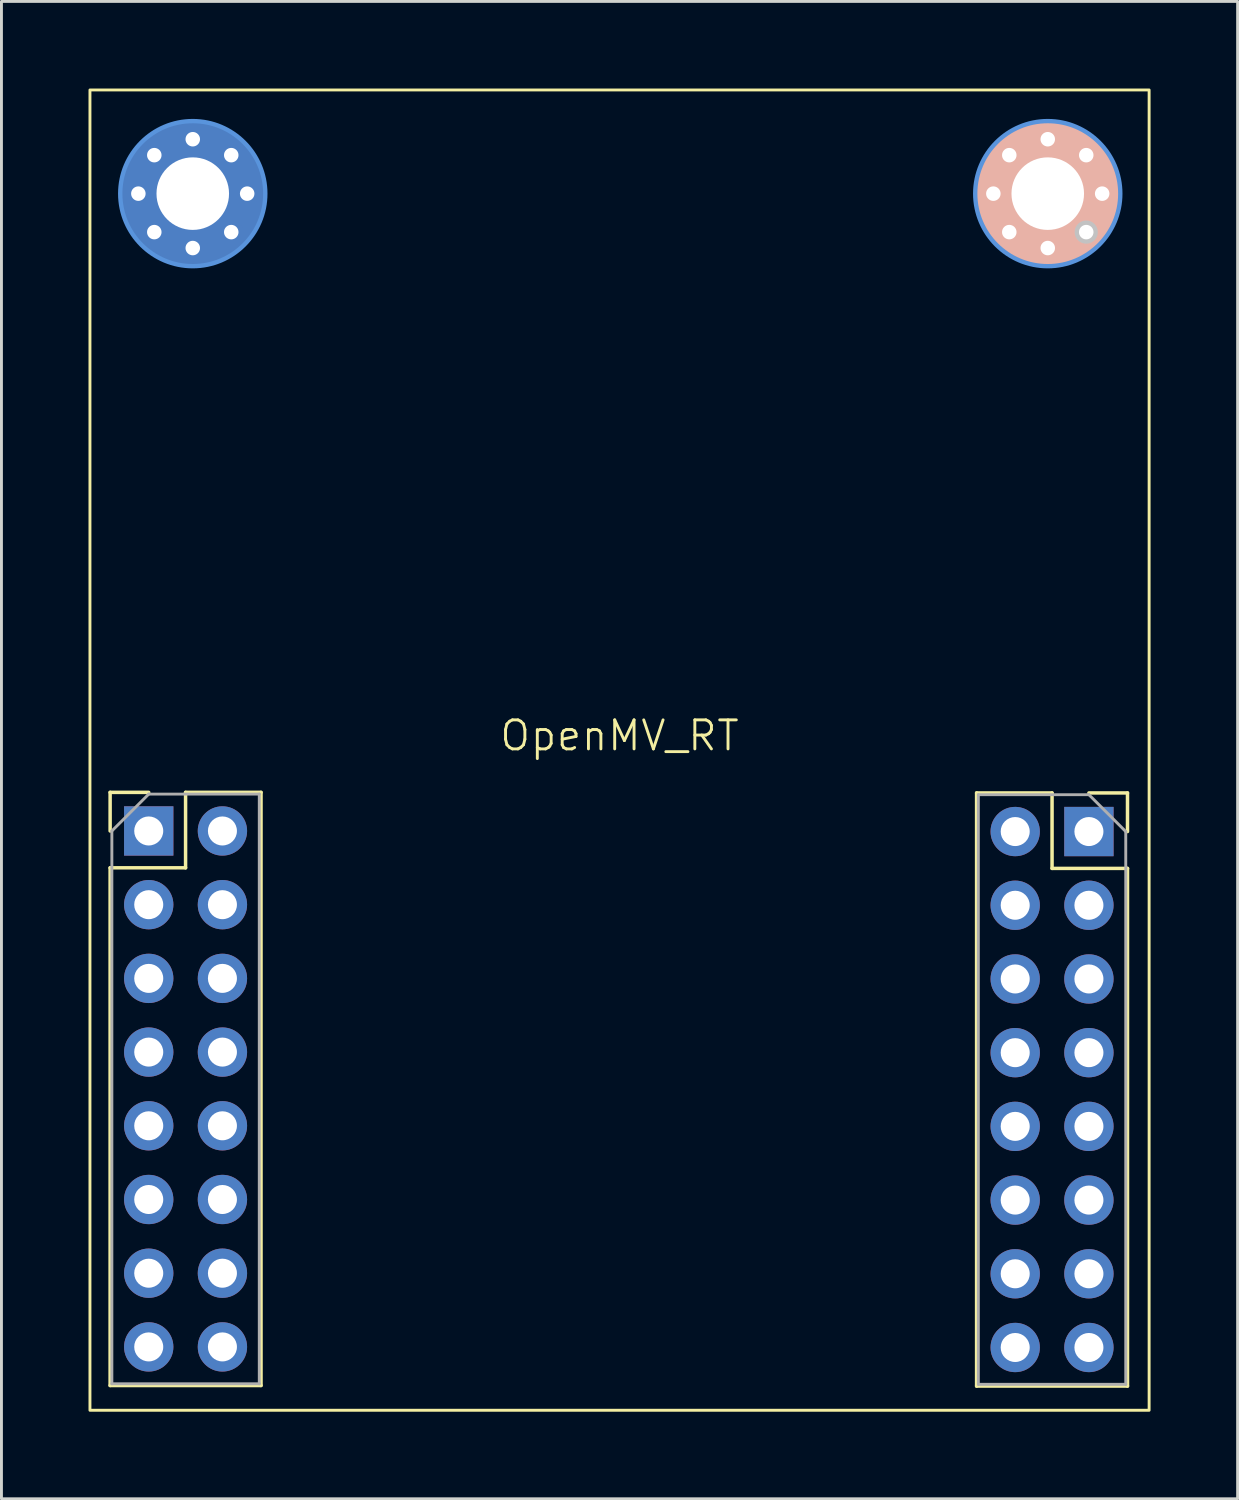
<source format=kicad_pcb>
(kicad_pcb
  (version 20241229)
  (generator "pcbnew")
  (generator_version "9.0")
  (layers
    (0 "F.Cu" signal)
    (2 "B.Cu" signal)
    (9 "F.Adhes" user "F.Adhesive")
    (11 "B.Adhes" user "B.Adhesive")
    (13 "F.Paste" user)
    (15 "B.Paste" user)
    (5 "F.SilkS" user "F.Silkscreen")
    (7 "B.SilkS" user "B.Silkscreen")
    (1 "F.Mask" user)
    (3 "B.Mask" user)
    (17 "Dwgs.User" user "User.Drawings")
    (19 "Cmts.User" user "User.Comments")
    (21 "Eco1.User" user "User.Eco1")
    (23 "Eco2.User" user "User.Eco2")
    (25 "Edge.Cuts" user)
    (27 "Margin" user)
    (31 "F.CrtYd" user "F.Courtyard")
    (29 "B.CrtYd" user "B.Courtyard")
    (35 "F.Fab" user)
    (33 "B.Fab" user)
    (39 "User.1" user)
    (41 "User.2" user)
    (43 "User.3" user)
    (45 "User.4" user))
  (footprint "OpenMV_RT"
    (layer "F.Cu")
    (at 18.3 8.83)
    (property "Reference" "OpenMV_RT" (at 0 13.47 0) (unlocked yes) (layer "F.SilkS") (effects (font (size 1 1) (thickness 0.1))))
    (attr through_hole)
    (fp_line (start -17.555 15.426) (end -16.225 15.426) (stroke (width 0.12) (type solid)) (layer "F.SilkS"))
    (fp_line (start -17.555 16.756) (end -17.555 15.426) (stroke (width 0.12) (type solid)) (layer "F.SilkS"))
    (fp_line (start -17.555 18.026) (end -17.555 35.866) (stroke (width 0.12) (type solid)) (layer "F.SilkS"))
    (fp_line (start -17.555 18.026) (end -14.955 18.026) (stroke (width 0.12) (type solid)) (layer "F.SilkS"))
    (fp_line (start -17.555 35.866) (end -12.355 35.866) (stroke (width 0.12) (type solid)) (layer "F.SilkS"))
    (fp_line (start -14.955 15.426) (end -12.355 15.426) (stroke (width 0.12) (type solid)) (layer "F.SilkS"))
    (fp_line (start -14.955 18.026) (end -14.955 15.426) (stroke (width 0.12) (type solid)) (layer "F.SilkS"))
    (fp_line (start -12.355 15.426) (end -12.355 35.866) (stroke (width 0.12) (type solid)) (layer "F.SilkS"))
    (fp_line (start 12.305 15.446) (end 12.305 35.886) (stroke (width 0.12) (type solid)) (layer "F.SilkS"))
    (fp_line (start 14.905 15.446) (end 12.305 15.446) (stroke (width 0.12) (type solid)) (layer "F.SilkS"))
    (fp_line (start 14.905 18.046) (end 14.905 15.446) (stroke (width 0.12) (type solid)) (layer "F.SilkS"))
    (fp_line (start 17.505 15.446) (end 16.175 15.446) (stroke (width 0.12) (type solid)) (layer "F.SilkS"))
    (fp_line (start 17.505 16.776) (end 17.505 15.446) (stroke (width 0.12) (type solid)) (layer "F.SilkS"))
    (fp_line (start 17.505 18.046) (end 14.905 18.046) (stroke (width 0.12) (type solid)) (layer "F.SilkS"))
    (fp_line (start 17.505 18.046) (end 17.505 35.886) (stroke (width 0.12) (type solid)) (layer "F.SilkS"))
    (fp_line (start 17.505 35.886) (end 12.305 35.886) (stroke (width 0.12) (type solid)) (layer "F.SilkS"))
    (fp_rect (start 18.25 -8.78) (end -18.25 36.72) (stroke (width 0.1) (type default)) (fill no) (layer "F.SilkS"))
    (fp_circle (center -14.707 -5.207) (end -12.207 -5.207) (stroke (width 0.15) (type solid)) (fill no) (layer "Cmts.User"))
    (fp_circle (center 14.757 -5.207) (end 17.257 -5.207) (stroke (width 0.15) (type solid)) (fill no) (layer "Cmts.User"))
    (fp_line (start -17.495 16.756) (end -16.225 15.486) (stroke (width 0.1) (type solid)) (layer "F.Fab"))
    (fp_line (start -17.495 35.806) (end -17.495 16.756) (stroke (width 0.1) (type solid)) (layer "F.Fab"))
    (fp_line (start -16.225 15.486) (end -12.415 15.486) (stroke (width 0.1) (type solid)) (layer "F.Fab"))
    (fp_line (start -12.415 15.486) (end -12.415 35.806) (stroke (width 0.1) (type solid)) (layer "F.Fab"))
    (fp_line (start -12.415 35.806) (end -17.495 35.806) (stroke (width 0.1) (type solid)) (layer "F.Fab"))
    (fp_line (start 12.365 15.506) (end 12.365 35.826) (stroke (width 0.1) (type solid)) (layer "F.Fab"))
    (fp_line (start 12.365 35.826) (end 17.445 35.826) (stroke (width 0.1) (type solid)) (layer "F.Fab"))
    (fp_line (start 16.175 15.506) (end 12.365 15.506) (stroke (width 0.1) (type solid)) (layer "F.Fab"))
    (fp_line (start 17.445 16.776) (end 16.175 15.506) (stroke (width 0.1) (type solid)) (layer "F.Fab"))
    (fp_line (start 17.445 35.826) (end 17.445 16.776) (stroke (width 0.1) (type solid)) (layer "F.Fab"))
    (pad "0" thru_hole rect (at -16.225 16.756) (size 1.7 1.7) (drill 1) (layers "*.Cu" "*.Mask"))
    (pad "1" thru_hole oval (at -13.685 16.756) (size 1.7 1.7) (drill 1) (layers "*.Cu" "*.Mask"))
    (pad "2" thru_hole oval (at -16.225 19.296) (size 1.7 1.7) (drill 1) (layers "*.Cu" "*.Mask"))
    (pad "3" thru_hole oval (at -13.685 19.296) (size 1.7 1.7) (drill 1) (layers "*.Cu" "*.Mask"))
    (pad "4" thru_hole oval (at -16.225 21.836) (size 1.7 1.7) (drill 1) (layers "*.Cu" "*.Mask"))
    (pad "5" thru_hole oval (at -13.685 21.836) (size 1.7 1.7) (drill 1) (layers "*.Cu" "*.Mask"))
    (pad "6" thru_hole oval (at -16.225 24.376) (size 1.7 1.7) (drill 1) (layers "*.Cu" "*.Mask"))
    (pad "7" thru_hole oval (at -13.685 24.376) (size 1.7 1.7) (drill 1) (layers "*.Cu" "*.Mask"))
    (pad "8" thru_hole oval (at -16.225 26.916) (size 1.7 1.7) (drill 1) (layers "*.Cu" "*.Mask"))
    (pad "9" thru_hole oval (at -13.685 26.916) (size 1.7 1.7) (drill 1) (layers "*.Cu" "*.Mask"))
    (pad "10" thru_hole oval (at -16.225 29.456) (size 1.7 1.7) (drill 1) (layers "*.Cu" "*.Mask"))
    (pad "11" thru_hole oval (at -13.685 29.456) (size 1.7 1.7) (drill 1) (layers "*.Cu" "*.Mask"))
    (pad "12" thru_hole oval (at -16.225 31.996) (size 1.7 1.7) (drill 1) (layers "*.Cu" "*.Mask"))
    (pad "13" thru_hole oval (at -13.685 31.996) (size 1.7 1.7) (drill 1) (layers "*.Cu" "*.Mask"))
    (pad "14" thru_hole oval (at -16.225 34.536) (size 1.7 1.7) (drill 1) (layers "*.Cu" "*.Mask"))
    (pad "15" thru_hole oval (at -13.685 34.536) (size 1.7 1.7) (drill 1) (layers "*.Cu" "*.Mask"))
    (pad "16" thru_hole oval (at 13.635 16.776) (size 1.7 1.7) (drill 1) (layers "*.Cu" "*.Mask"))
    (pad "17" thru_hole rect (at 16.175 16.776) (size 1.7 1.7) (drill 1) (layers "*.Cu" "*.Mask"))
    (pad "18" thru_hole oval (at 13.635 19.316) (size 1.7 1.7) (drill 1) (layers "*.Cu" "*.Mask"))
    (pad "19" thru_hole oval (at 16.175 19.316) (size 1.7 1.7) (drill 1) (layers "*.Cu" "*.Mask"))
    (pad "20" thru_hole oval (at 13.635 21.856) (size 1.7 1.7) (drill 1) (layers "*.Cu" "*.Mask"))
    (pad "21" thru_hole oval (at 16.175 21.856) (size 1.7 1.7) (drill 1) (layers "*.Cu" "*.Mask"))
    (pad "22" thru_hole oval (at 13.635 24.396) (size 1.7 1.7) (drill 1) (layers "*.Cu" "*.Mask"))
    (pad "23" thru_hole oval (at 16.175 24.396) (size 1.7 1.7) (drill 1) (layers "*.Cu" "*.Mask"))
    (pad "24" thru_hole oval (at 13.635 26.936) (size 1.7 1.7) (drill 1) (layers "*.Cu" "*.Mask"))
    (pad "25" thru_hole oval (at 16.175 26.936) (size 1.7 1.7) (drill 1) (layers "*.Cu" "*.Mask"))
    (pad "26" thru_hole oval (at 13.635 29.476) (size 1.7 1.7) (drill 1) (layers "*.Cu" "*.Mask"))
    (pad "27" thru_hole oval (at 16.175 29.476) (size 1.7 1.7) (drill 1) (layers "*.Cu" "*.Mask"))
    (pad "28" thru_hole oval (at 13.635 32.016) (size 1.7 1.7) (drill 1) (layers "*.Cu" "*.Mask"))
    (pad "29" thru_hole oval (at 16.175 32.016) (size 1.7 1.7) (drill 1) (layers "*.Cu" "*.Mask"))
    (pad "30" thru_hole oval (at 13.635 34.556) (size 1.7 1.7) (drill 1) (layers "*.Cu" "*.Mask"))
    (pad "31" thru_hole oval (at 16.175 34.556) (size 1.7 1.7) (drill 1) (layers "*.Cu" "*.Mask"))
    (pad "X" thru_hole circle (at -16.582 -5.207) (size 0.8 0.8) (drill 0.5) (layers "*.Cu" "*.Mask"))
    (pad "X" thru_hole circle (at -16.033 -6.533) (size 0.8 0.8) (drill 0.5) (layers "*.Cu" "*.Mask"))
    (pad "X" thru_hole circle (at -16.033 -3.881) (size 0.8 0.8) (drill 0.5) (layers "*.Cu" "*.Mask"))
    (pad "X" thru_hole circle (at -14.707 -7.082) (size 0.8 0.8) (drill 0.5) (layers "*.Cu" "*.Mask"))
    (pad "X" thru_hole circle (at -14.707 -5.207) (size 5 5) (drill 2.5) (layers "*.Cu" "*.Mask"))
    (pad "X" thru_hole circle (at -14.707 -3.332) (size 0.8 0.8) (drill 0.5) (layers "*.Cu" "*.Mask"))
    (pad "X" thru_hole circle (at -13.381 -6.533) (size 0.8 0.8) (drill 0.5) (layers "*.Cu" "*.Mask"))
    (pad "X" thru_hole circle (at -13.381 -3.881) (size 0.8 0.8) (drill 0.5) (layers "*.Cu" "*.Mask"))
    (pad "X" thru_hole circle (at -12.832 -5.207) (size 0.8 0.8) (drill 0.5) (layers "*.Cu" "*.Mask"))
    (pad "X" thru_hole circle (at 12.882 -5.207) (size 0.8 0.8) (drill 0.5) (layers "*.Cu" "*.Mask"))
    (pad "X" thru_hole circle (at 13.431 -6.533) (size 0.8 0.8) (drill 0.5) (layers "*.Cu" "*.Mask"))
    (pad "X" thru_hole circle (at 13.431 -3.881) (size 0.8 0.8) (drill 0.5) (layers "*.Cu" "*.Mask"))
    (pad "X" thru_hole circle (at 14.757 -7.082) (size 0.8 0.8) (drill 0.5) (layers "*.Cu" "*.Mask"))
    (pad "X" thru_hole circle (at 14.757 -5.207) (size 5 5) (drill 2.5) (layers "*.Cu" "*.Mask" "B.SilkS"))
    (pad "X" thru_hole circle (at 14.757 -3.332) (size 0.8 0.8) (drill 0.5) (layers "*.Cu" "*.Mask" "Eco1.User"))
    (pad "X" thru_hole circle (at 16.083 -6.533) (size 0.8 0.8) (drill 0.5) (layers "*.Cu" "*.Mask"))
    (pad "X" thru_hole circle (at 16.083 -3.881) (size 0.8 0.8) (drill 0.5) (layers "*.Cu" "*.Mask" "Dwgs.User"))
    (pad "X" thru_hole circle (at 16.632 -5.207) (size 0.8 0.8) (drill 0.5) (layers "*.Cu" "*.Mask")))
  (gr_rect
    (start -3 -3)
    (end 39.6 48.6)
    (stroke (width 0.1) (type default))
    (fill no)
    (layer "Edge.Cuts")))
</source>
